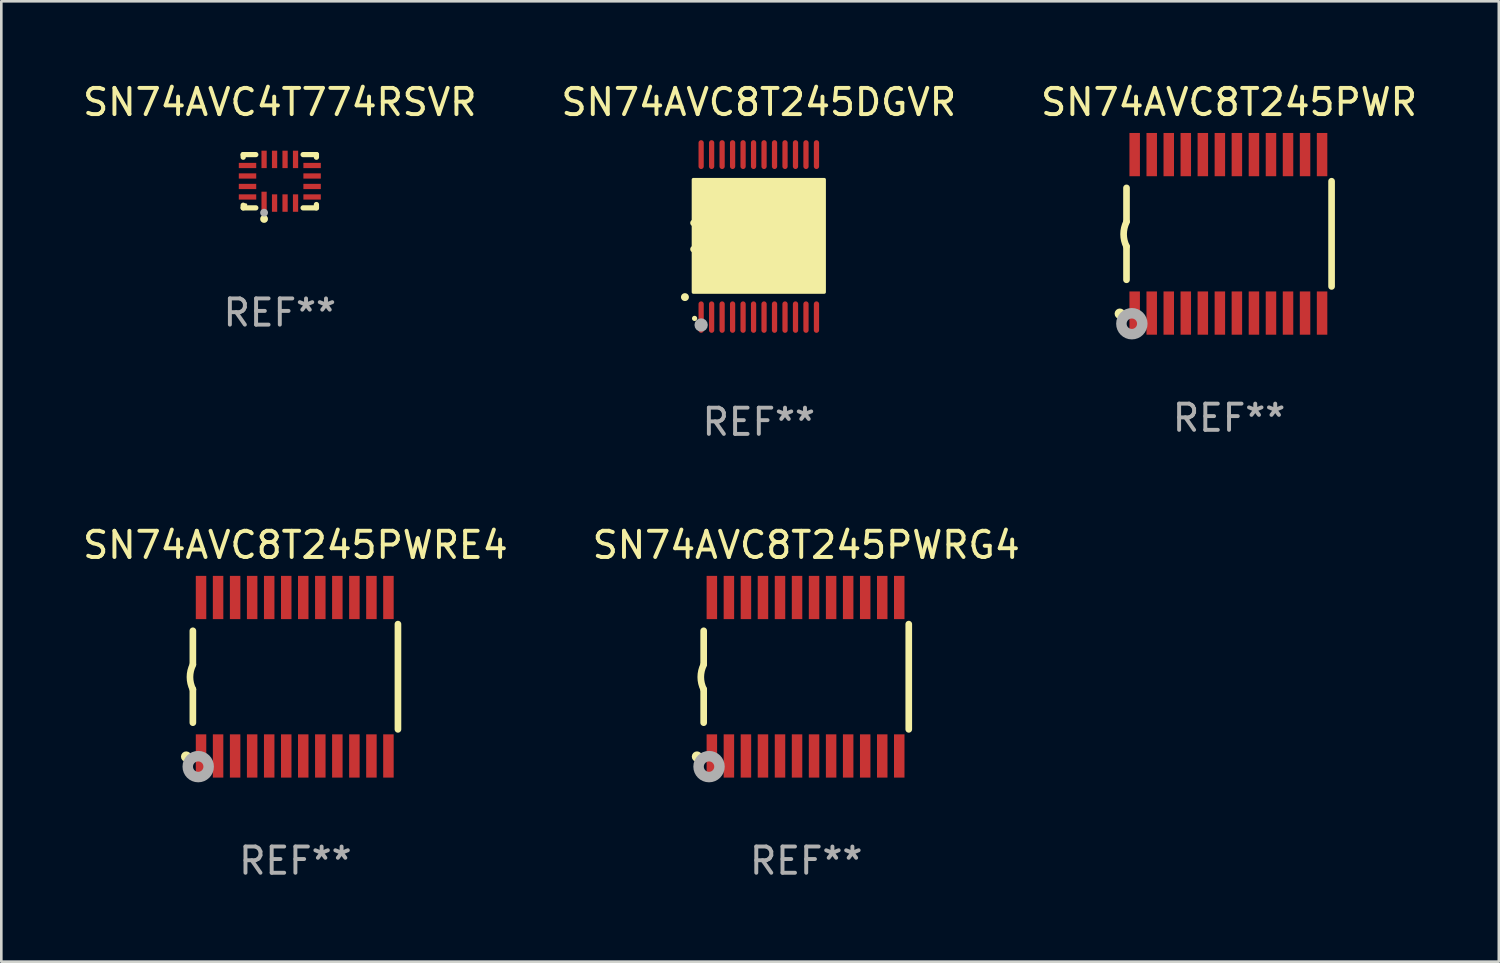
<source format=kicad_pcb>
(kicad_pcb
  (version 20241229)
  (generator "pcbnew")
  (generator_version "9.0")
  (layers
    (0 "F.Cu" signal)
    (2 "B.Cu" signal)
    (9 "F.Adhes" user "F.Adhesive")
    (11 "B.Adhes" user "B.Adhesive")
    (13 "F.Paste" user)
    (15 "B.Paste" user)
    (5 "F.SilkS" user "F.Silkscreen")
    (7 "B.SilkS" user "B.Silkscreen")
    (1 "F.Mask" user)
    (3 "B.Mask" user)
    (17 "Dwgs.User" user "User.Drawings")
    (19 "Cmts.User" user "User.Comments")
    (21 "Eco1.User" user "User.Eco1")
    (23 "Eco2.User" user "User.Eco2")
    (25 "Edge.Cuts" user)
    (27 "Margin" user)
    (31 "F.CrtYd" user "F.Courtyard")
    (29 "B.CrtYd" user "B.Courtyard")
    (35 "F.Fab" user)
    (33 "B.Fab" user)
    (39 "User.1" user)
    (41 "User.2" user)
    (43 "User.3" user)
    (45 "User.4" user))
  (footprint "SN74AVC4T774RSVR"
    (layer "F.Cu")
    (at 7.625 3.864)
    (property "Reference" "SN74AVC4T774RSVR" (at 0 -3.016 0) (layer "F.SilkS") (effects (font (size 1 1) (thickness 0.15))))
    (attr through_hole)
    (fp_line (start -1.397 -1.016) (end -1.397 -0.916) (stroke (width 0.2) (type solid)) (layer "F.SilkS"))
    (fp_line (start -1.397 0.916) (end -1.397 1.016) (stroke (width 0.2) (type solid)) (layer "F.SilkS"))
    (fp_line (start -1.397 1.016) (end -0.916 1.016) (stroke (width 0.2) (type solid)) (layer "F.SilkS"))
    (fp_line (start -0.916 -1.016) (end -1.397 -1.016) (stroke (width 0.2) (type solid)) (layer "F.SilkS"))
    (fp_line (start 0.889 -1.016) (end 1.397 -1.016) (stroke (width 0.2) (type solid)) (layer "F.SilkS"))
    (fp_line (start 1.397 -1.016) (end 1.397 -0.916) (stroke (width 0.2) (type solid)) (layer "F.SilkS"))
    (fp_line (start 1.397 0.889) (end 1.397 1.016) (stroke (width 0.2) (type solid)) (layer "F.SilkS"))
    (fp_line (start 1.397 1.016) (end 0.889 1.016) (stroke (width 0.2) (type solid)) (layer "F.SilkS"))
    (fp_circle (center -1.3 0.9) (end -1.27 0.9) (stroke (width 0.06) (type solid)) (fill no) (layer "F.SilkS"))
    (fp_circle (center -0.6 1.44) (end -0.525 1.44) (stroke (width 0.15) (type solid)) (fill no) (layer "F.SilkS"))
    (fp_circle (center -0.6 1.2) (end -0.525 1.2) (stroke (width 0.15) (type solid)) (fill no) (layer "F.Fab"))
    (fp_text user "REF**" (at 0 5.016 0) (layer "F.Fab") (effects (font (size 1 1) (thickness 0.15))))
    (pad "1" smd rect (at -0.6 0.782) (size 0.2 0.765) (layers "F.Cu" "F.Mask" "F.Paste"))
    (pad "2" smd rect (at -0.2 0.833) (size 0.2 0.665) (layers "F.Cu" "F.Mask" "F.Paste"))
    (pad "3" smd rect (at 0.2 0.833) (size 0.2 0.665) (layers "F.Cu" "F.Mask" "F.Paste"))
    (pad "4" smd rect (at 0.6 0.833) (size 0.2 0.665) (layers "F.Cu" "F.Mask" "F.Paste"))
    (pad "5" smd rect (at 1.232 0.6) (size 0.665 0.2) (layers "F.Cu" "F.Mask" "F.Paste"))
    (pad "6" smd rect (at 1.232 0.2) (size 0.665 0.2) (layers "F.Cu" "F.Mask" "F.Paste"))
    (pad "7" smd rect (at 1.232 -0.2) (size 0.665 0.2) (layers "F.Cu" "F.Mask" "F.Paste"))
    (pad "8" smd rect (at 1.232 -0.6) (size 0.665 0.2) (layers "F.Cu" "F.Mask" "F.Paste"))
    (pad "9" smd rect (at 0.6 -0.833) (size 0.2 0.665) (layers "F.Cu" "F.Mask" "F.Paste"))
    (pad "10" smd rect (at 0.2 -0.833) (size 0.2 0.665) (layers "F.Cu" "F.Mask" "F.Paste"))
    (pad "11" smd rect (at -0.2 -0.833) (size 0.2 0.665) (layers "F.Cu" "F.Mask" "F.Paste"))
    (pad "12" smd rect (at -0.6 -0.833) (size 0.2 0.665) (layers "F.Cu" "F.Mask" "F.Paste"))
    (pad "13" smd rect (at -1.232 -0.6) (size 0.665 0.2) (layers "F.Cu" "F.Mask" "F.Paste"))
    (pad "14" smd rect (at -1.232 -0.2) (size 0.665 0.2) (layers "F.Cu" "F.Mask" "F.Paste"))
    (pad "15" smd rect (at -1.232 0.2) (size 0.665 0.2) (layers "F.Cu" "F.Mask" "F.Paste"))
    (pad "16" smd rect (at -1.232 0.6) (size 0.665 0.2) (layers "F.Cu" "F.Mask" "F.Paste")))
  (footprint "SN74AVC8T245PWR"
    (layer "F.Cu")
    (at 43.839 5.871)
    (property "Reference" "SN74AVC8T245PWR" (at 0 -5.023 0) (layer "F.SilkS") (effects (font (size 1 1) (thickness 0.15))))
    (attr through_hole)
    (fp_line (start -3.912 -0.483) (end -3.912 -1.753) (stroke (width 0.254) (type solid)) (layer "F.SilkS"))
    (fp_line (start -3.912 1.753) (end -3.912 0.483) (stroke (width 0.254) (type solid)) (layer "F.SilkS"))
    (fp_line (start 3.912 -2.007) (end 3.912 2.007) (stroke (width 0.254) (type solid)) (layer "F.SilkS"))
    (fp_arc (start -3.911608 0.482601) (mid -4.022537 0.0127) (end -3.911608 -0.457201) (stroke (width 0.254001) (type solid)) (layer "F.SilkS"))
    (fp_circle (center -4.166 3.048) (end -4.066 3.048) (stroke (width 0.2) (type solid)) (fill no) (layer "F.SilkS"))
    (fp_circle (center -3.925 3.186) (end -3.895 3.186) (stroke (width 0.06) (type solid)) (fill no) (layer "F.SilkS"))
    (fp_circle (center -3.708 3.429) (end -3.509 3.429) (stroke (width 0.4) (type solid)) (fill no) (layer "F.Fab"))
    (fp_text user "REF**" (at 0 7.023 0) (layer "F.Fab") (effects (font (size 1 1) (thickness 0.15))))
    (pad "1" smd rect (at -3.6 3.023) (size 0.4 1.65) (layers "F.Cu" "F.Mask" "F.Paste"))
    (pad "2" smd rect (at -2.95 3.023) (size 0.4 1.65) (layers "F.Cu" "F.Mask" "F.Paste"))
    (pad "3" smd rect (at -2.3 3.023) (size 0.4 1.65) (layers "F.Cu" "F.Mask" "F.Paste"))
    (pad "4" smd rect (at -1.65 3.023) (size 0.4 1.65) (layers "F.Cu" "F.Mask" "F.Paste"))
    (pad "5" smd rect (at -1 3.023) (size 0.4 1.65) (layers "F.Cu" "F.Mask" "F.Paste"))
    (pad "6" smd rect (at -0.35 3.023) (size 0.4 1.65) (layers "F.Cu" "F.Mask" "F.Paste"))
    (pad "7" smd rect (at 0.299 3.023) (size 0.4 1.65) (layers "F.Cu" "F.Mask" "F.Paste"))
    (pad "8" smd rect (at 0.95 3.023) (size 0.4 1.65) (layers "F.Cu" "F.Mask" "F.Paste"))
    (pad "9" smd rect (at 1.6 3.023) (size 0.4 1.65) (layers "F.Cu" "F.Mask" "F.Paste"))
    (pad "10" smd rect (at 2.25 3.023) (size 0.4 1.65) (layers "F.Cu" "F.Mask" "F.Paste"))
    (pad "11" smd rect (at 2.9 3.023) (size 0.4 1.65) (layers "F.Cu" "F.Mask" "F.Paste"))
    (pad "12" smd rect (at 3.549 3.023) (size 0.4 1.65) (layers "F.Cu" "F.Mask" "F.Paste"))
    (pad "13" smd rect (at 3.549 -3.023) (size 0.4 1.65) (layers "F.Cu" "F.Mask" "F.Paste"))
    (pad "14" smd rect (at 2.9 -3.023) (size 0.4 1.65) (layers "F.Cu" "F.Mask" "F.Paste"))
    (pad "15" smd rect (at 2.25 -3.023) (size 0.4 1.65) (layers "F.Cu" "F.Mask" "F.Paste"))
    (pad "16" smd rect (at 1.6 -3.023) (size 0.4 1.65) (layers "F.Cu" "F.Mask" "F.Paste"))
    (pad "17" smd rect (at 0.95 -3.023) (size 0.4 1.65) (layers "F.Cu" "F.Mask" "F.Paste"))
    (pad "18" smd rect (at 0.299 -3.023) (size 0.4 1.65) (layers "F.Cu" "F.Mask" "F.Paste"))
    (pad "19" smd rect (at -0.35 -3.023) (size 0.4 1.65) (layers "F.Cu" "F.Mask" "F.Paste"))
    (pad "20" smd rect (at -1 -3.023) (size 0.4 1.65) (layers "F.Cu" "F.Mask" "F.Paste"))
    (pad "21" smd rect (at -1.65 -3.023) (size 0.4 1.65) (layers "F.Cu" "F.Mask" "F.Paste"))
    (pad "22" smd rect (at -2.3 -3.023) (size 0.4 1.65) (layers "F.Cu" "F.Mask" "F.Paste"))
    (pad "23" smd rect (at -2.95 -3.023) (size 0.4 1.65) (layers "F.Cu" "F.Mask" "F.Paste"))
    (pad "24" smd rect (at -3.6 -3.023) (size 0.4 1.65) (layers "F.Cu" "F.Mask" "F.Paste")))
  (footprint "SN74AVC8T245PWRG4"
    (layer "F.Cu")
    (at 27.708 22.768)
    (property "Reference" "SN74AVC8T245PWRG4" (at 0 -5.023 0) (layer "F.SilkS") (effects (font (size 1 1) (thickness 0.15))))
    (attr through_hole)
    (fp_line (start -3.912 -0.483) (end -3.912 -1.753) (stroke (width 0.254) (type solid)) (layer "F.SilkS"))
    (fp_line (start -3.912 1.753) (end -3.912 0.483) (stroke (width 0.254) (type solid)) (layer "F.SilkS"))
    (fp_line (start 3.912 -2.007) (end 3.912 2.007) (stroke (width 0.254) (type solid)) (layer "F.SilkS"))
    (fp_arc (start -3.911608 0.482601) (mid -4.022537 0.0127) (end -3.911608 -0.457201) (stroke (width 0.254001) (type solid)) (layer "F.SilkS"))
    (fp_circle (center -4.166 3.048) (end -4.066 3.048) (stroke (width 0.2) (type solid)) (fill no) (layer "F.SilkS"))
    (fp_circle (center -3.925 3.186) (end -3.895 3.186) (stroke (width 0.06) (type solid)) (fill no) (layer "F.SilkS"))
    (fp_circle (center -3.708 3.429) (end -3.509 3.429) (stroke (width 0.4) (type solid)) (fill no) (layer "F.Fab"))
    (fp_text user "REF**" (at 0 7.023 0) (layer "F.Fab") (effects (font (size 1 1) (thickness 0.15))))
    (pad "1" smd rect (at -3.6 3.023) (size 0.4 1.65) (layers "F.Cu" "F.Mask" "F.Paste"))
    (pad "2" smd rect (at -2.95 3.023) (size 0.4 1.65) (layers "F.Cu" "F.Mask" "F.Paste"))
    (pad "3" smd rect (at -2.3 3.023) (size 0.4 1.65) (layers "F.Cu" "F.Mask" "F.Paste"))
    (pad "4" smd rect (at -1.65 3.023) (size 0.4 1.65) (layers "F.Cu" "F.Mask" "F.Paste"))
    (pad "5" smd rect (at -1 3.023) (size 0.4 1.65) (layers "F.Cu" "F.Mask" "F.Paste"))
    (pad "6" smd rect (at -0.35 3.023) (size 0.4 1.65) (layers "F.Cu" "F.Mask" "F.Paste"))
    (pad "7" smd rect (at 0.299 3.023) (size 0.4 1.65) (layers "F.Cu" "F.Mask" "F.Paste"))
    (pad "8" smd rect (at 0.95 3.023) (size 0.4 1.65) (layers "F.Cu" "F.Mask" "F.Paste"))
    (pad "9" smd rect (at 1.6 3.023) (size 0.4 1.65) (layers "F.Cu" "F.Mask" "F.Paste"))
    (pad "10" smd rect (at 2.25 3.023) (size 0.4 1.65) (layers "F.Cu" "F.Mask" "F.Paste"))
    (pad "11" smd rect (at 2.9 3.023) (size 0.4 1.65) (layers "F.Cu" "F.Mask" "F.Paste"))
    (pad "12" smd rect (at 3.549 3.023) (size 0.4 1.65) (layers "F.Cu" "F.Mask" "F.Paste"))
    (pad "13" smd rect (at 3.549 -3.023) (size 0.4 1.65) (layers "F.Cu" "F.Mask" "F.Paste"))
    (pad "14" smd rect (at 2.9 -3.023) (size 0.4 1.65) (layers "F.Cu" "F.Mask" "F.Paste"))
    (pad "15" smd rect (at 2.25 -3.023) (size 0.4 1.65) (layers "F.Cu" "F.Mask" "F.Paste"))
    (pad "16" smd rect (at 1.6 -3.023) (size 0.4 1.65) (layers "F.Cu" "F.Mask" "F.Paste"))
    (pad "17" smd rect (at 0.95 -3.023) (size 0.4 1.65) (layers "F.Cu" "F.Mask" "F.Paste"))
    (pad "18" smd rect (at 0.299 -3.023) (size 0.4 1.65) (layers "F.Cu" "F.Mask" "F.Paste"))
    (pad "19" smd rect (at -0.35 -3.023) (size 0.4 1.65) (layers "F.Cu" "F.Mask" "F.Paste"))
    (pad "20" smd rect (at -1 -3.023) (size 0.4 1.65) (layers "F.Cu" "F.Mask" "F.Paste"))
    (pad "21" smd rect (at -1.65 -3.023) (size 0.4 1.65) (layers "F.Cu" "F.Mask" "F.Paste"))
    (pad "22" smd rect (at -2.3 -3.023) (size 0.4 1.65) (layers "F.Cu" "F.Mask" "F.Paste"))
    (pad "23" smd rect (at -2.95 -3.023) (size 0.4 1.65) (layers "F.Cu" "F.Mask" "F.Paste"))
    (pad "24" smd rect (at -3.6 -3.023) (size 0.4 1.65) (layers "F.Cu" "F.Mask" "F.Paste")))
  (footprint "SN74AVC8T245PWRE4"
    (layer "F.Cu")
    (at 8.22 22.768)
    (property "Reference" "SN74AVC8T245PWRE4" (at 0 -5.023 0) (layer "F.SilkS") (effects (font (size 1 1) (thickness 0.15))))
    (attr through_hole)
    (fp_line (start -3.912 -0.483) (end -3.912 -1.753) (stroke (width 0.254) (type solid)) (layer "F.SilkS"))
    (fp_line (start -3.912 1.753) (end -3.912 0.483) (stroke (width 0.254) (type solid)) (layer "F.SilkS"))
    (fp_line (start 3.912 -2.007) (end 3.912 2.007) (stroke (width 0.254) (type solid)) (layer "F.SilkS"))
    (fp_arc (start -3.911608 0.482601) (mid -4.022537 0.0127) (end -3.911608 -0.457201) (stroke (width 0.254001) (type solid)) (layer "F.SilkS"))
    (fp_circle (center -4.166 3.048) (end -4.066 3.048) (stroke (width 0.2) (type solid)) (fill no) (layer "F.SilkS"))
    (fp_circle (center -3.925 3.186) (end -3.895 3.186) (stroke (width 0.06) (type solid)) (fill no) (layer "F.SilkS"))
    (fp_circle (center -3.708 3.429) (end -3.509 3.429) (stroke (width 0.4) (type solid)) (fill no) (layer "F.Fab"))
    (fp_text user "REF**" (at 0 7.023 0) (layer "F.Fab") (effects (font (size 1 1) (thickness 0.15))))
    (pad "1" smd rect (at -3.6 3.023) (size 0.4 1.65) (layers "F.Cu" "F.Mask" "F.Paste"))
    (pad "2" smd rect (at -2.95 3.023) (size 0.4 1.65) (layers "F.Cu" "F.Mask" "F.Paste"))
    (pad "3" smd rect (at -2.3 3.023) (size 0.4 1.65) (layers "F.Cu" "F.Mask" "F.Paste"))
    (pad "4" smd rect (at -1.65 3.023) (size 0.4 1.65) (layers "F.Cu" "F.Mask" "F.Paste"))
    (pad "5" smd rect (at -1 3.023) (size 0.4 1.65) (layers "F.Cu" "F.Mask" "F.Paste"))
    (pad "6" smd rect (at -0.35 3.023) (size 0.4 1.65) (layers "F.Cu" "F.Mask" "F.Paste"))
    (pad "7" smd rect (at 0.299 3.023) (size 0.4 1.65) (layers "F.Cu" "F.Mask" "F.Paste"))
    (pad "8" smd rect (at 0.95 3.023) (size 0.4 1.65) (layers "F.Cu" "F.Mask" "F.Paste"))
    (pad "9" smd rect (at 1.6 3.023) (size 0.4 1.65) (layers "F.Cu" "F.Mask" "F.Paste"))
    (pad "10" smd rect (at 2.25 3.023) (size 0.4 1.65) (layers "F.Cu" "F.Mask" "F.Paste"))
    (pad "11" smd rect (at 2.9 3.023) (size 0.4 1.65) (layers "F.Cu" "F.Mask" "F.Paste"))
    (pad "12" smd rect (at 3.549 3.023) (size 0.4 1.65) (layers "F.Cu" "F.Mask" "F.Paste"))
    (pad "13" smd rect (at 3.549 -3.023) (size 0.4 1.65) (layers "F.Cu" "F.Mask" "F.Paste"))
    (pad "14" smd rect (at 2.9 -3.023) (size 0.4 1.65) (layers "F.Cu" "F.Mask" "F.Paste"))
    (pad "15" smd rect (at 2.25 -3.023) (size 0.4 1.65) (layers "F.Cu" "F.Mask" "F.Paste"))
    (pad "16" smd rect (at 1.6 -3.023) (size 0.4 1.65) (layers "F.Cu" "F.Mask" "F.Paste"))
    (pad "17" smd rect (at 0.95 -3.023) (size 0.4 1.65) (layers "F.Cu" "F.Mask" "F.Paste"))
    (pad "18" smd rect (at 0.299 -3.023) (size 0.4 1.65) (layers "F.Cu" "F.Mask" "F.Paste"))
    (pad "19" smd rect (at -0.35 -3.023) (size 0.4 1.65) (layers "F.Cu" "F.Mask" "F.Paste"))
    (pad "20" smd rect (at -1 -3.023) (size 0.4 1.65) (layers "F.Cu" "F.Mask" "F.Paste"))
    (pad "21" smd rect (at -1.65 -3.023) (size 0.4 1.65) (layers "F.Cu" "F.Mask" "F.Paste"))
    (pad "22" smd rect (at -2.3 -3.023) (size 0.4 1.65) (layers "F.Cu" "F.Mask" "F.Paste"))
    (pad "23" smd rect (at -2.95 -3.023) (size 0.4 1.65) (layers "F.Cu" "F.Mask" "F.Paste"))
    (pad "24" smd rect (at -3.6 -3.023) (size 0.4 1.65) (layers "F.Cu" "F.Mask" "F.Paste")))
  (footprint "SN74AVC8T245DGVR"
    (layer "F.Cu")
    (at 25.899 5.948)
    (property "Reference" "SN74AVC8T245DGVR" (at 0 -5.1 0) (layer "F.SilkS") (effects (font (size 1 1) (thickness 0.15))))
    (attr through_hole)
    (fp_arc (start -2.819355 2.336703) (mid -2.818085 2.336698) (end -2.816815 2.336703) (stroke (width 0.3) (type solid)) (layer "F.SilkS"))
    (fp_arc (start -2.489154 -0.492863) (mid -1.989154 0.007518) (end -2.489154 0.507899) (stroke (width 0.254001) (type solid)) (layer "F.SilkS"))
    (fp_circle (center -2.45 3.15) (end -2.4 3.15) (stroke (width 0.1) (type solid)) (fill no) (layer "F.SilkS"))
    (fp_poly (pts (xy -2.5 -2.15) (xy 2.5 -2.15) (xy 2.5 2.15) (xy -2.5 2.15)) (stroke (width 0.12) (type solid)) (fill yes) (layer "F.SilkS"))
    (fp_circle (center -2.2 3.4) (end -2.073 3.4) (stroke (width 0.254) (type solid)) (fill no) (layer "F.Fab"))
    (fp_text user "REF**" (at 0 7.1 0) (layer "F.Fab") (effects (font (size 1 1) (thickness 0.15))))
    (pad "1" smd oval (at -2.2 3.1 180) (size 0.2 1.2) (layers "F.Cu" "F.Mask" "F.Paste"))
    (pad "2" smd oval (at -1.8 3.1 180) (size 0.2 1.2) (layers "F.Cu" "F.Mask" "F.Paste"))
    (pad "3" smd oval (at -1.4 3.1 180) (size 0.2 1.2) (layers "F.Cu" "F.Mask" "F.Paste"))
    (pad "4" smd oval (at -1 3.1 180) (size 0.2 1.2) (layers "F.Cu" "F.Mask" "F.Paste"))
    (pad "5" smd oval (at -0.6 3.1 180) (size 0.2 1.2) (layers "F.Cu" "F.Mask" "F.Paste"))
    (pad "6" smd oval (at -0.2 3.1 180) (size 0.2 1.2) (layers "F.Cu" "F.Mask" "F.Paste"))
    (pad "7" smd oval (at 0.2 3.1 180) (size 0.2 1.2) (layers "F.Cu" "F.Mask" "F.Paste"))
    (pad "8" smd oval (at 0.6 3.1 180) (size 0.2 1.2) (layers "F.Cu" "F.Mask" "F.Paste"))
    (pad "9" smd oval (at 1 3.1 180) (size 0.2 1.2) (layers "F.Cu" "F.Mask" "F.Paste"))
    (pad "10" smd oval (at 1.4 3.1 180) (size 0.2 1.2) (layers "F.Cu" "F.Mask" "F.Paste"))
    (pad "11" smd oval (at 1.8 3.1 180) (size 0.2 1.2) (layers "F.Cu" "F.Mask" "F.Paste"))
    (pad "12" smd oval (at 2.2 3.1 180) (size 0.2 1.2) (layers "F.Cu" "F.Mask" "F.Paste"))
    (pad "13" smd oval (at 2.2 -3.1 180) (size 0.2 1.1) (layers "F.Cu" "F.Mask" "F.Paste"))
    (pad "14" smd oval (at 1.8 -3.1 180) (size 0.2 1.1) (layers "F.Cu" "F.Mask" "F.Paste"))
    (pad "15" smd oval (at 1.4 -3.1 180) (size 0.2 1.1) (layers "F.Cu" "F.Mask" "F.Paste"))
    (pad "16" smd oval (at 1 -3.1 180) (size 0.2 1.1) (layers "F.Cu" "F.Mask" "F.Paste"))
    (pad "17" smd oval (at 0.6 -3.1 180) (size 0.2 1.1) (layers "F.Cu" "F.Mask" "F.Paste"))
    (pad "18" smd oval (at 0.2 -3.1 180) (size 0.2 1.1) (layers "F.Cu" "F.Mask" "F.Paste"))
    (pad "19" smd oval (at -0.2 -3.1 180) (size 0.2 1.1) (layers "F.Cu" "F.Mask" "F.Paste"))
    (pad "20" smd oval (at -0.6 -3.1 180) (size 0.2 1.1) (layers "F.Cu" "F.Mask" "F.Paste"))
    (pad "21" smd oval (at -1 -3.1 180) (size 0.2 1.1) (layers "F.Cu" "F.Mask" "F.Paste"))
    (pad "22" smd oval (at -1.4 -3.1 180) (size 0.2 1.1) (layers "F.Cu" "F.Mask" "F.Paste"))
    (pad "23" smd oval (at -1.8 -3.1 180) (size 0.2 1.1) (layers "F.Cu" "F.Mask" "F.Paste"))
    (pad "24" smd oval (at -2.2 -3.1 180) (size 0.2 1.1) (layers "F.Cu" "F.Mask" "F.Paste")))
  (gr_rect
    (start -3 -3)
    (end 54.131 33.638)
    (stroke (width 0.1) (type default))
    (fill no)
    (layer "Edge.Cuts")))
</source>
